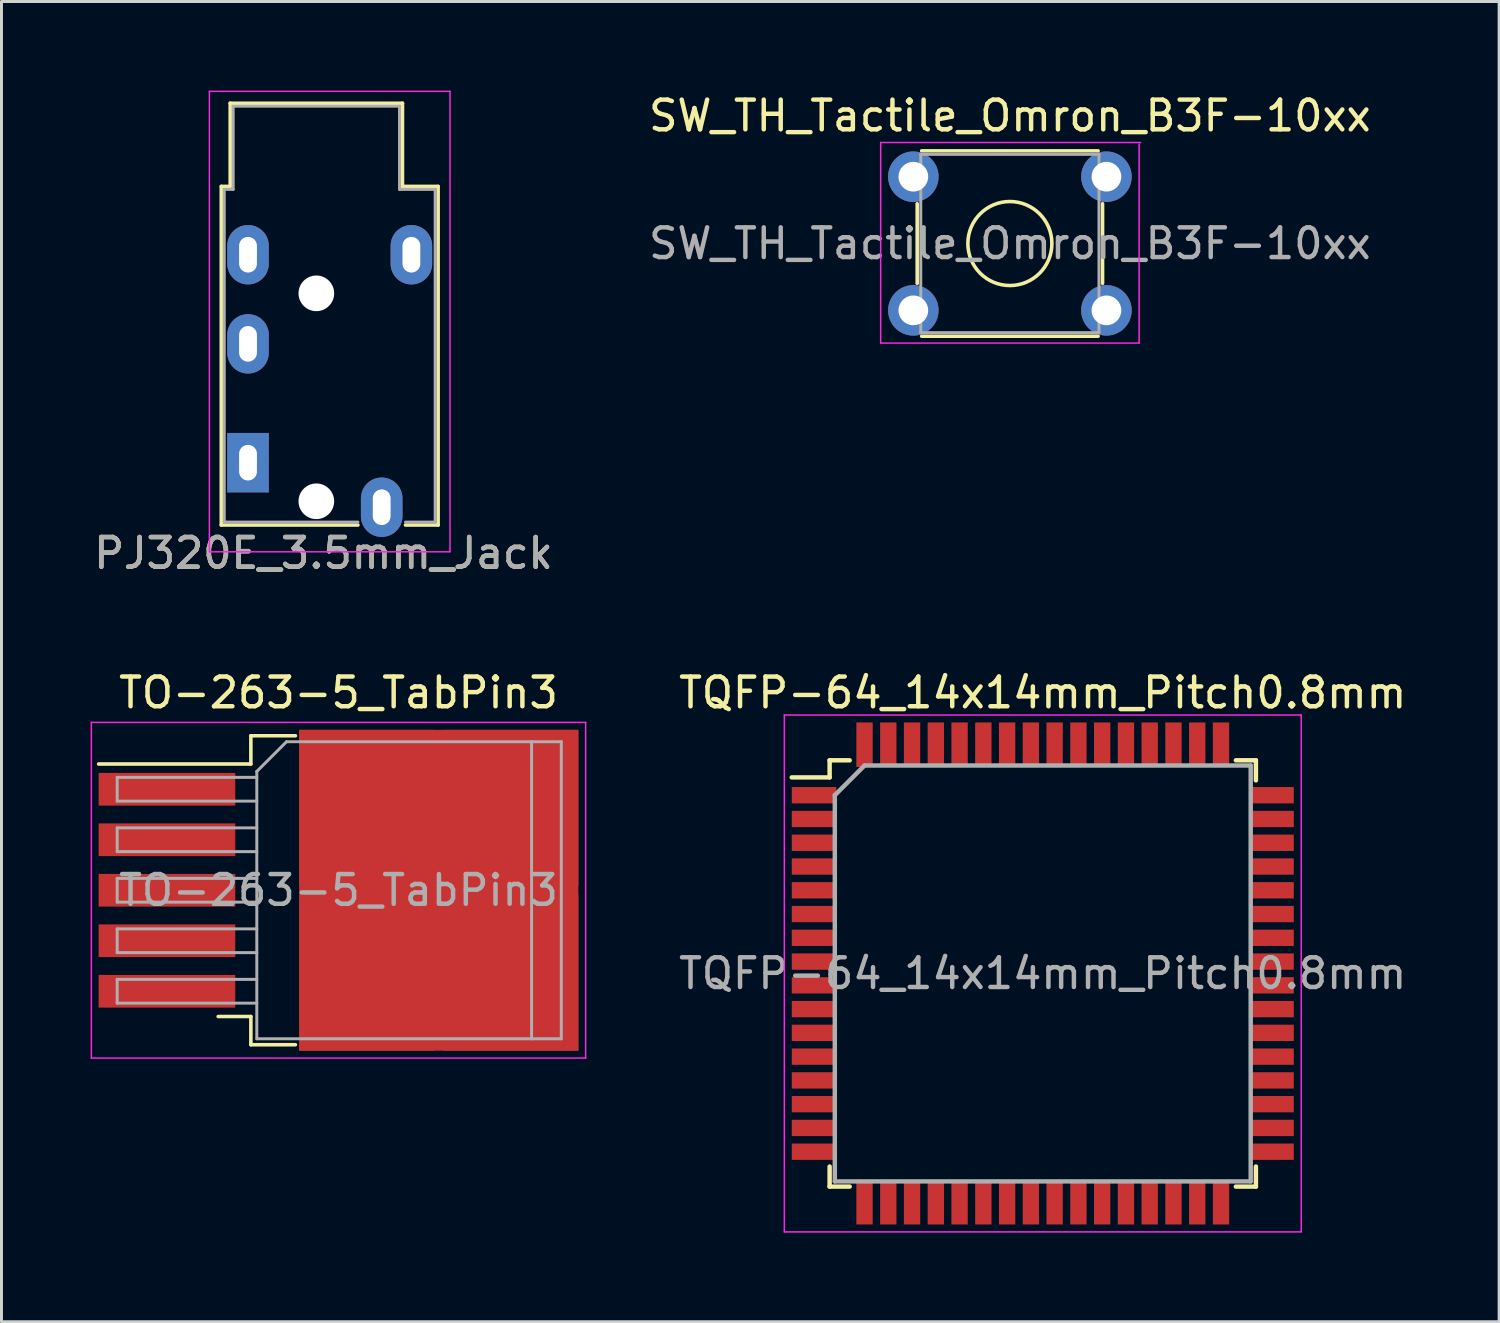
<source format=kicad_pcb>
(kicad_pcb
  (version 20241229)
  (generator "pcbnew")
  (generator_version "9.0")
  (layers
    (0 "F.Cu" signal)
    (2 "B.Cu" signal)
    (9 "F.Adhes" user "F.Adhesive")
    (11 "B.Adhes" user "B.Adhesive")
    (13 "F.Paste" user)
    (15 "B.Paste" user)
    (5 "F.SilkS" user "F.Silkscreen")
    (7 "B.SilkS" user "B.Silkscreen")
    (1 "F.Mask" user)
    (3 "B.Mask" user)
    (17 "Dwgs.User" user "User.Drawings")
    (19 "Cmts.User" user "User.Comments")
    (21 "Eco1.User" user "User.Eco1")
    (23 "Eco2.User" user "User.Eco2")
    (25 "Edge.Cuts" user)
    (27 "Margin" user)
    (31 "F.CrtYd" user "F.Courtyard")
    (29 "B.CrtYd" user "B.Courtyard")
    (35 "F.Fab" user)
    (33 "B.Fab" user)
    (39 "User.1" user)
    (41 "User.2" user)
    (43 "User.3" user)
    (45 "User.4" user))
  (footprint "PJ320E_3.5mm_Jack"
    (layer "F.Cu")
    (at 5.299 12.525)
    (property "Reference" "PJ320E_3.5mm_Jack" (at 2.54 3.048 0) (layer "F.SilkS") (effects (font (size 1 1) (thickness 0.15))))
    (attr through_hole)
    (fp_line (start -0.9 -9.3) (end -0.9 2.1) (stroke (width 0.12) (type solid)) (layer "F.SilkS"))
    (fp_line (start -0.9 -9.3) (end -0.6 -9.3) (stroke (width 0.12) (type solid)) (layer "F.SilkS"))
    (fp_line (start -0.9 2.1) (end 3.7 2.1) (stroke (width 0.12) (type solid)) (layer "F.SilkS"))
    (fp_line (start -0.6 -9.3) (end -0.6 -12.1) (stroke (width 0.12) (type solid)) (layer "F.SilkS"))
    (fp_line (start 5.2 -12.1) (end -0.6 -12.1) (stroke (width 0.12) (type solid)) (layer "F.SilkS"))
    (fp_line (start 5.2 -9.3) (end 5.2 -12.1) (stroke (width 0.12) (type solid)) (layer "F.SilkS"))
    (fp_line (start 5.2 -9.3) (end 6.4 -9.3) (stroke (width 0.12) (type solid)) (layer "F.SilkS"))
    (fp_line (start 6.4 -9.3) (end 6.4 2.1) (stroke (width 0.12) (type solid)) (layer "F.SilkS"))
    (fp_line (start 6.4 2.1) (end 5.3 2.1) (stroke (width 0.12) (type solid)) (layer "F.SilkS"))
    (fp_line (start -1.3 -12.5) (end -1.3 3) (stroke (width 0.05) (type solid)) (layer "F.CrtYd"))
    (fp_line (start -1.3 -12.5) (end 6.8 -12.5) (stroke (width 0.05) (type solid)) (layer "F.CrtYd"))
    (fp_line (start -1.3 3) (end 6.8 3) (stroke (width 0.05) (type solid)) (layer "F.CrtYd"))
    (fp_line (start 6.8 -12.5) (end 6.8 3) (stroke (width 0.05) (type solid)) (layer "F.CrtYd"))
    (fp_line (start -0.8 -9.2) (end -0.5 -9.2) (stroke (width 0.1) (type solid)) (layer "F.Fab"))
    (fp_line (start -0.8 2) (end -0.8 -9.2) (stroke (width 0.1) (type solid)) (layer "F.Fab"))
    (fp_line (start -0.5 -12) (end 5.1 -12) (stroke (width 0.1) (type solid)) (layer "F.Fab"))
    (fp_line (start -0.5 -9.2) (end -0.5 -12) (stroke (width 0.1) (type solid)) (layer "F.Fab"))
    (fp_line (start 3.7 2) (end -0.8 2) (stroke (width 0.1) (type solid)) (layer "F.Fab"))
    (fp_line (start 5.1 -12) (end 5.1 -9.2) (stroke (width 0.1) (type solid)) (layer "F.Fab"))
    (fp_line (start 5.1 -9.2) (end 6.3 -9.2) (stroke (width 0.1) (type solid)) (layer "F.Fab"))
    (fp_line (start 6.3 -9.2) (end 6.3 2) (stroke (width 0.1) (type solid)) (layer "F.Fab"))
    (fp_line (start 6.3 2) (end 5.3 2) (stroke (width 0.1) (type solid)) (layer "F.Fab"))
    (fp_text user "${REFERENCE}" (at 2.54 3.048 0) (layer "F.Fab") (effects (font (size 1 1) (thickness 0.15))))
    (pad "" np_thru_hole circle (at 2.3 -5.7 270) (size 1.2 1.2) (drill 1.2) (layers "*.Cu" "*.Mask"))
    (pad "" np_thru_hole circle (at 2.3 1.3 270) (size 1.2 1.2) (drill 1.2) (layers "*.Cu" "*.Mask"))
    (pad "1" thru_hole rect (at 0 0 270) (size 2 1.4) (drill oval 1.2 0.6) (layers "*.Cu" "*.Mask"))
    (pad "2" thru_hole oval (at 0 -4 270) (size 2 1.4) (drill oval 1.2 0.6) (layers "*.Cu" "*.Mask"))
    (pad "3" thru_hole oval (at 0 -7 270) (size 2 1.4) (drill oval 1.2 0.6) (layers "*.Cu" "*.Mask"))
    (pad "4" thru_hole oval (at 4.5 1.5 270) (size 2 1.4) (drill oval 1.2 0.6) (layers "*.Cu" "*.Mask"))
    (pad "5" thru_hole oval (at 5.5 -7 270) (size 2 1.4) (drill oval 1.2 0.6) (layers "*.Cu" "*.Mask")))
  (footprint "TQFP-64_14x14mm_Pitch0.8mm"
    (layer "F.Cu")
    (at 32.053 29.72)
    (property "Reference" "TQFP-64_14x14mm_Pitch0.8mm" (at 0 -9.45 0) (layer "F.SilkS") (effects (font (size 1 1) (thickness 0.15))))
    (attr smd)
    (fp_line (start -7.175 -7.175) (end -7.175 -6.6) (stroke (width 0.15) (type solid)) (layer "F.SilkS"))
    (fp_line (start -7.175 -7.175) (end -6.5 -7.175) (stroke (width 0.15) (type solid)) (layer "F.SilkS"))
    (fp_line (start -7.175 -6.6) (end -8.45 -6.6) (stroke (width 0.15) (type solid)) (layer "F.SilkS"))
    (fp_line (start -7.175 7.175) (end -7.175 6.5) (stroke (width 0.15) (type solid)) (layer "F.SilkS"))
    (fp_line (start -7.175 7.175) (end -6.5 7.175) (stroke (width 0.15) (type solid)) (layer "F.SilkS"))
    (fp_line (start 7.175 -7.175) (end 6.5 -7.175) (stroke (width 0.15) (type solid)) (layer "F.SilkS"))
    (fp_line (start 7.175 -7.175) (end 7.175 -6.5) (stroke (width 0.15) (type solid)) (layer "F.SilkS"))
    (fp_line (start 7.175 7.175) (end 6.5 7.175) (stroke (width 0.15) (type solid)) (layer "F.SilkS"))
    (fp_line (start 7.175 7.175) (end 7.175 6.5) (stroke (width 0.15) (type solid)) (layer "F.SilkS"))
    (fp_line (start -8.7 -8.7) (end -8.7 8.7) (stroke (width 0.05) (type solid)) (layer "F.CrtYd"))
    (fp_line (start -8.7 -8.7) (end 8.7 -8.7) (stroke (width 0.05) (type solid)) (layer "F.CrtYd"))
    (fp_line (start -8.7 8.7) (end 8.7 8.7) (stroke (width 0.05) (type solid)) (layer "F.CrtYd"))
    (fp_line (start 8.7 -8.7) (end 8.7 8.7) (stroke (width 0.05) (type solid)) (layer "F.CrtYd"))
    (fp_line (start -7 -6) (end -6 -7) (stroke (width 0.15) (type solid)) (layer "F.Fab"))
    (fp_line (start -7 7) (end -7 -6) (stroke (width 0.15) (type solid)) (layer "F.Fab"))
    (fp_line (start -6 -7) (end 7 -7) (stroke (width 0.15) (type solid)) (layer "F.Fab"))
    (fp_line (start 7 -7) (end 7 7) (stroke (width 0.15) (type solid)) (layer "F.Fab"))
    (fp_line (start 7 7) (end -7 7) (stroke (width 0.15) (type solid)) (layer "F.Fab"))
    (fp_text user "${REFERENCE}" (at 0 0 0) (layer "F.Fab") (effects (font (size 1 1) (thickness 0.15))))
    (pad "1" smd rect (at -7.7 -6) (size 1.5 0.55) (layers "F.Cu" "F.Mask" "F.Paste"))
    (pad "2" smd rect (at -7.7 -5.2) (size 1.5 0.55) (layers "F.Cu" "F.Mask" "F.Paste"))
    (pad "3" smd rect (at -7.7 -4.4) (size 1.5 0.55) (layers "F.Cu" "F.Mask" "F.Paste"))
    (pad "4" smd rect (at -7.7 -3.6) (size 1.5 0.55) (layers "F.Cu" "F.Mask" "F.Paste"))
    (pad "5" smd rect (at -7.7 -2.8) (size 1.5 0.55) (layers "F.Cu" "F.Mask" "F.Paste"))
    (pad "6" smd rect (at -7.7 -2) (size 1.5 0.55) (layers "F.Cu" "F.Mask" "F.Paste"))
    (pad "7" smd rect (at -7.7 -1.2) (size 1.5 0.55) (layers "F.Cu" "F.Mask" "F.Paste"))
    (pad "8" smd rect (at -7.7 -0.4) (size 1.5 0.55) (layers "F.Cu" "F.Mask" "F.Paste"))
    (pad "9" smd rect (at -7.7 0.4) (size 1.5 0.55) (layers "F.Cu" "F.Mask" "F.Paste"))
    (pad "10" smd rect (at -7.7 1.2) (size 1.5 0.55) (layers "F.Cu" "F.Mask" "F.Paste"))
    (pad "11" smd rect (at -7.7 2) (size 1.5 0.55) (layers "F.Cu" "F.Mask" "F.Paste"))
    (pad "12" smd rect (at -7.7 2.8) (size 1.5 0.55) (layers "F.Cu" "F.Mask" "F.Paste"))
    (pad "13" smd rect (at -7.7 3.6) (size 1.5 0.55) (layers "F.Cu" "F.Mask" "F.Paste"))
    (pad "14" smd rect (at -7.7 4.4) (size 1.5 0.55) (layers "F.Cu" "F.Mask" "F.Paste"))
    (pad "15" smd rect (at -7.7 5.2) (size 1.5 0.55) (layers "F.Cu" "F.Mask" "F.Paste"))
    (pad "16" smd rect (at -7.7 6) (size 1.5 0.55) (layers "F.Cu" "F.Mask" "F.Paste"))
    (pad "17" smd rect (at -6 7.7 90) (size 1.5 0.55) (layers "F.Cu" "F.Mask" "F.Paste"))
    (pad "18" smd rect (at -5.2 7.7 90) (size 1.5 0.55) (layers "F.Cu" "F.Mask" "F.Paste"))
    (pad "19" smd rect (at -4.4 7.7 90) (size 1.5 0.55) (layers "F.Cu" "F.Mask" "F.Paste"))
    (pad "20" smd rect (at -3.6 7.7 90) (size 1.5 0.55) (layers "F.Cu" "F.Mask" "F.Paste"))
    (pad "21" smd rect (at -2.8 7.7 90) (size 1.5 0.55) (layers "F.Cu" "F.Mask" "F.Paste"))
    (pad "22" smd rect (at -2 7.7 90) (size 1.5 0.55) (layers "F.Cu" "F.Mask" "F.Paste"))
    (pad "23" smd rect (at -1.2 7.7 90) (size 1.5 0.55) (layers "F.Cu" "F.Mask" "F.Paste"))
    (pad "24" smd rect (at -0.4 7.7 90) (size 1.5 0.55) (layers "F.Cu" "F.Mask" "F.Paste"))
    (pad "25" smd rect (at 0.4 7.7 90) (size 1.5 0.55) (layers "F.Cu" "F.Mask" "F.Paste"))
    (pad "26" smd rect (at 1.2 7.7 90) (size 1.5 0.55) (layers "F.Cu" "F.Mask" "F.Paste"))
    (pad "27" smd rect (at 2 7.7 90) (size 1.5 0.55) (layers "F.Cu" "F.Mask" "F.Paste"))
    (pad "28" smd rect (at 2.8 7.7 90) (size 1.5 0.55) (layers "F.Cu" "F.Mask" "F.Paste"))
    (pad "29" smd rect (at 3.6 7.7 90) (size 1.5 0.55) (layers "F.Cu" "F.Mask" "F.Paste"))
    (pad "30" smd rect (at 4.4 7.7 90) (size 1.5 0.55) (layers "F.Cu" "F.Mask" "F.Paste"))
    (pad "31" smd rect (at 5.2 7.7 90) (size 1.5 0.55) (layers "F.Cu" "F.Mask" "F.Paste"))
    (pad "32" smd rect (at 6 7.7 90) (size 1.5 0.55) (layers "F.Cu" "F.Mask" "F.Paste"))
    (pad "33" smd rect (at 7.7 6) (size 1.5 0.55) (layers "F.Cu" "F.Mask" "F.Paste"))
    (pad "34" smd rect (at 7.7 5.2) (size 1.5 0.55) (layers "F.Cu" "F.Mask" "F.Paste"))
    (pad "35" smd rect (at 7.7 4.4) (size 1.5 0.55) (layers "F.Cu" "F.Mask" "F.Paste"))
    (pad "36" smd rect (at 7.7 3.6) (size 1.5 0.55) (layers "F.Cu" "F.Mask" "F.Paste"))
    (pad "37" smd rect (at 7.7 2.8) (size 1.5 0.55) (layers "F.Cu" "F.Mask" "F.Paste"))
    (pad "38" smd rect (at 7.7 2) (size 1.5 0.55) (layers "F.Cu" "F.Mask" "F.Paste"))
    (pad "39" smd rect (at 7.7 1.2) (size 1.5 0.55) (layers "F.Cu" "F.Mask" "F.Paste"))
    (pad "40" smd rect (at 7.7 0.4) (size 1.5 0.55) (layers "F.Cu" "F.Mask" "F.Paste"))
    (pad "41" smd rect (at 7.7 -0.4) (size 1.5 0.55) (layers "F.Cu" "F.Mask" "F.Paste"))
    (pad "42" smd rect (at 7.7 -1.2) (size 1.5 0.55) (layers "F.Cu" "F.Mask" "F.Paste"))
    (pad "43" smd rect (at 7.7 -2) (size 1.5 0.55) (layers "F.Cu" "F.Mask" "F.Paste"))
    (pad "44" smd rect (at 7.7 -2.8) (size 1.5 0.55) (layers "F.Cu" "F.Mask" "F.Paste"))
    (pad "45" smd rect (at 7.7 -3.6) (size 1.5 0.55) (layers "F.Cu" "F.Mask" "F.Paste"))
    (pad "46" smd rect (at 7.7 -4.4) (size 1.5 0.55) (layers "F.Cu" "F.Mask" "F.Paste"))
    (pad "47" smd rect (at 7.7 -5.2) (size 1.5 0.55) (layers "F.Cu" "F.Mask" "F.Paste"))
    (pad "48" smd rect (at 7.7 -6) (size 1.5 0.55) (layers "F.Cu" "F.Mask" "F.Paste"))
    (pad "49" smd rect (at 6 -7.7 90) (size 1.5 0.55) (layers "F.Cu" "F.Mask" "F.Paste"))
    (pad "50" smd rect (at 5.2 -7.7 90) (size 1.5 0.55) (layers "F.Cu" "F.Mask" "F.Paste"))
    (pad "51" smd rect (at 4.4 -7.7 90) (size 1.5 0.55) (layers "F.Cu" "F.Mask" "F.Paste"))
    (pad "52" smd rect (at 3.6 -7.7 90) (size 1.5 0.55) (layers "F.Cu" "F.Mask" "F.Paste"))
    (pad "53" smd rect (at 2.8 -7.7 90) (size 1.5 0.55) (layers "F.Cu" "F.Mask" "F.Paste"))
    (pad "54" smd rect (at 2 -7.7 90) (size 1.5 0.55) (layers "F.Cu" "F.Mask" "F.Paste"))
    (pad "55" smd rect (at 1.2 -7.7 90) (size 1.5 0.55) (layers "F.Cu" "F.Mask" "F.Paste"))
    (pad "56" smd rect (at 0.4 -7.7 90) (size 1.5 0.55) (layers "F.Cu" "F.Mask" "F.Paste"))
    (pad "57" smd rect (at -0.4 -7.7 90) (size 1.5 0.55) (layers "F.Cu" "F.Mask" "F.Paste"))
    (pad "58" smd rect (at -1.2 -7.7 90) (size 1.5 0.55) (layers "F.Cu" "F.Mask" "F.Paste"))
    (pad "59" smd rect (at -2 -7.7 90) (size 1.5 0.55) (layers "F.Cu" "F.Mask" "F.Paste"))
    (pad "60" smd rect (at -2.8 -7.7 90) (size 1.5 0.55) (layers "F.Cu" "F.Mask" "F.Paste"))
    (pad "61" smd rect (at -3.6 -7.7 90) (size 1.5 0.55) (layers "F.Cu" "F.Mask" "F.Paste"))
    (pad "62" smd rect (at -4.4 -7.7 90) (size 1.5 0.55) (layers "F.Cu" "F.Mask" "F.Paste"))
    (pad "63" smd rect (at -5.2 -7.7 90) (size 1.5 0.55) (layers "F.Cu" "F.Mask" "F.Paste"))
    (pad "64" smd rect (at -6 -7.7 90) (size 1.5 0.55) (layers "F.Cu" "F.Mask" "F.Paste")))
  (footprint "SW_TH_Tactile_Omron_B3F-10xx"
    (layer "F.Cu")
    (at 27.696 2.898)
    (property "Reference" "SW_TH_Tactile_Omron_B3F-10xx" (at 3.25 -2.05 0) (layer "F.SilkS") (effects (font (size 1 1) (thickness 0.15))))
    (attr through_hole)
    (fp_line (start 0.13 3.59) (end 0.13 0.91) (stroke (width 0.12) (type solid)) (layer "F.SilkS"))
    (fp_line (start 0.28 -0.87) (end 6.22 -0.87) (stroke (width 0.12) (type solid)) (layer "F.SilkS"))
    (fp_line (start 0.28 5.37) (end 6.22 5.37) (stroke (width 0.12) (type solid)) (layer "F.SilkS"))
    (fp_line (start 6.37 0.91) (end 6.37 3.59) (stroke (width 0.12) (type solid)) (layer "F.SilkS"))
    (fp_circle (center 3.25 2.25) (end 4.25 3.25) (stroke (width 0.12) (type solid)) (fill no) (layer "F.SilkS"))
    (fp_line (start -1.1 -1.15) (end -1.1 5.6) (stroke (width 0.05) (type solid)) (layer "F.CrtYd"))
    (fp_line (start -1.1 5.6) (end 7.6 5.6) (stroke (width 0.05) (type solid)) (layer "F.CrtYd"))
    (fp_line (start 7.6 5.6) (end 7.6 -1.1) (stroke (width 0.05) (type solid)) (layer "F.CrtYd"))
    (fp_line (start 7.65 -1.15) (end -1.1 -1.15) (stroke (width 0.05) (type solid)) (layer "F.CrtYd"))
    (fp_line (start 0.25 -0.75) (end 0.25 5.25) (stroke (width 0.1) (type solid)) (layer "F.Fab"))
    (fp_line (start 0.25 -0.75) (end 6.25 -0.75) (stroke (width 0.1) (type solid)) (layer "F.Fab"))
    (fp_line (start 0.25 5.25) (end 6.25 5.25) (stroke (width 0.1) (type solid)) (layer "F.Fab"))
    (fp_line (start 6.25 -0.75) (end 6.25 5.25) (stroke (width 0.1) (type solid)) (layer "F.Fab"))
    (fp_text user "${REFERENCE}" (at 3.25 2.25 0) (layer "F.Fab") (effects (font (size 1 1) (thickness 0.15))))
    (pad "1" thru_hole circle (at 0 0) (size 1.7 1.7) (drill 1) (layers "*.Cu" "*.Mask"))
    (pad "2" thru_hole circle (at 6.5 0) (size 1.7 1.7) (drill 1) (layers "*.Cu" "*.Mask"))
    (pad "3" thru_hole circle (at 0 4.5) (size 1.7 1.7) (drill 1) (layers "*.Cu" "*.Mask"))
    (pad "4" thru_hole circle (at 6.5 4.5) (size 1.7 1.7) (drill 1) (layers "*.Cu" "*.Mask")))
  (footprint "TO-263-5_TabPin3"
    (layer "F.Cu")
    (at 8.345 26.919)
    (property "Reference" "TO-263-5_TabPin3" (at 0 -6.65 0) (layer "F.SilkS") (effects (font (size 1 1) (thickness 0.15))))
    (attr smd)
    (fp_line (start -2.95 -5.2) (end -2.95 -4.25) (stroke (width 0.12) (type solid)) (layer "F.SilkS"))
    (fp_line (start -2.95 -4.25) (end -8.075 -4.25) (stroke (width 0.12) (type solid)) (layer "F.SilkS"))
    (fp_line (start -2.95 4.25) (end -4.05 4.25) (stroke (width 0.12) (type solid)) (layer "F.SilkS"))
    (fp_line (start -2.95 5.2) (end -2.95 4.25) (stroke (width 0.12) (type solid)) (layer "F.SilkS"))
    (fp_line (start -1.45 -5.2) (end -2.95 -5.2) (stroke (width 0.12) (type solid)) (layer "F.SilkS"))
    (fp_line (start -1.45 5.2) (end -2.95 5.2) (stroke (width 0.12) (type solid)) (layer "F.SilkS"))
    (fp_line (start -8.32 -5.65) (end -8.32 5.65) (stroke (width 0.05) (type solid)) (layer "F.CrtYd"))
    (fp_line (start -8.32 5.65) (end 8.32 5.65) (stroke (width 0.05) (type solid)) (layer "F.CrtYd"))
    (fp_line (start 8.32 -5.65) (end -8.32 -5.65) (stroke (width 0.05) (type solid)) (layer "F.CrtYd"))
    (fp_line (start 8.32 5.65) (end 8.32 -5.65) (stroke (width 0.05) (type solid)) (layer "F.CrtYd"))
    (fp_line (start -7.45 -3.8) (end -7.45 -3) (stroke (width 0.1) (type solid)) (layer "F.Fab"))
    (fp_line (start -7.45 -3) (end -2.75 -3) (stroke (width 0.1) (type solid)) (layer "F.Fab"))
    (fp_line (start -7.45 -2.1) (end -7.45 -1.3) (stroke (width 0.1) (type solid)) (layer "F.Fab"))
    (fp_line (start -7.45 -1.3) (end -2.75 -1.3) (stroke (width 0.1) (type solid)) (layer "F.Fab"))
    (fp_line (start -7.45 -0.4) (end -7.45 0.4) (stroke (width 0.1) (type solid)) (layer "F.Fab"))
    (fp_line (start -7.45 0.4) (end -2.75 0.4) (stroke (width 0.1) (type solid)) (layer "F.Fab"))
    (fp_line (start -7.45 1.3) (end -7.45 2.1) (stroke (width 0.1) (type solid)) (layer "F.Fab"))
    (fp_line (start -7.45 2.1) (end -2.75 2.1) (stroke (width 0.1) (type solid)) (layer "F.Fab"))
    (fp_line (start -7.45 3) (end -7.45 3.8) (stroke (width 0.1) (type solid)) (layer "F.Fab"))
    (fp_line (start -7.45 3.8) (end -2.75 3.8) (stroke (width 0.1) (type solid)) (layer "F.Fab"))
    (fp_line (start -2.75 -4) (end -1.75 -5) (stroke (width 0.1) (type solid)) (layer "F.Fab"))
    (fp_line (start -2.75 -3.8) (end -7.45 -3.8) (stroke (width 0.1) (type solid)) (layer "F.Fab"))
    (fp_line (start -2.75 -2.1) (end -7.45 -2.1) (stroke (width 0.1) (type solid)) (layer "F.Fab"))
    (fp_line (start -2.75 -0.4) (end -7.45 -0.4) (stroke (width 0.1) (type solid)) (layer "F.Fab"))
    (fp_line (start -2.75 1.3) (end -7.45 1.3) (stroke (width 0.1) (type solid)) (layer "F.Fab"))
    (fp_line (start -2.75 3) (end -7.45 3) (stroke (width 0.1) (type solid)) (layer "F.Fab"))
    (fp_line (start -2.75 5) (end -2.75 -4) (stroke (width 0.1) (type solid)) (layer "F.Fab"))
    (fp_line (start -1.75 -5) (end 6.5 -5) (stroke (width 0.1) (type solid)) (layer "F.Fab"))
    (fp_line (start 6.5 -5) (end 6.5 5) (stroke (width 0.1) (type solid)) (layer "F.Fab"))
    (fp_line (start 6.5 -5) (end 7.5 -5) (stroke (width 0.1) (type solid)) (layer "F.Fab"))
    (fp_line (start 6.5 5) (end -2.75 5) (stroke (width 0.1) (type solid)) (layer "F.Fab"))
    (fp_line (start 7.5 -5) (end 7.5 5) (stroke (width 0.1) (type solid)) (layer "F.Fab"))
    (fp_line (start 7.5 5) (end 6.5 5) (stroke (width 0.1) (type solid)) (layer "F.Fab"))
    (fp_text user "${REFERENCE}" (at 0 0 0) (layer "F.Fab") (effects (font (size 1 1) (thickness 0.15))))
    (pad "1" smd rect (at -5.775 -3.4) (size 4.6 1.1) (layers "F.Cu" "F.Mask" "F.Paste"))
    (pad "2" smd rect (at -5.775 -1.7) (size 4.6 1.1) (layers "F.Cu" "F.Mask" "F.Paste"))
    (pad "3" smd rect (at -5.775 0) (size 4.6 1.1) (layers "F.Cu" "F.Mask" "F.Paste"))
    (pad "3" smd rect (at 0.95 -2.775) (size 4.55 5.25) (layers "F.Cu" "F.Paste"))
    (pad "3" smd rect (at 0.95 2.775) (size 4.55 5.25) (layers "F.Cu" "F.Paste"))
    (pad "3" smd rect (at 3.375 0) (size 9.4 10.8) (layers "F.Cu" "F.Mask"))
    (pad "3" smd rect (at 5.8 -2.775) (size 4.55 5.25) (layers "F.Cu" "F.Paste"))
    (pad "3" smd rect (at 5.8 2.775) (size 4.55 5.25) (layers "F.Cu" "F.Paste"))
    (pad "4" smd rect (at -5.775 1.7) (size 4.6 1.1) (layers "F.Cu" "F.Mask" "F.Paste"))
    (pad "5" smd rect (at -5.775 3.4) (size 4.6 1.1) (layers "F.Cu" "F.Mask" "F.Paste")))
  (gr_rect
    (start -3 -3)
    (end 47.416 41.444)
    (stroke (width 0.1) (type default))
    (fill no)
    (layer "Edge.Cuts")))
</source>
